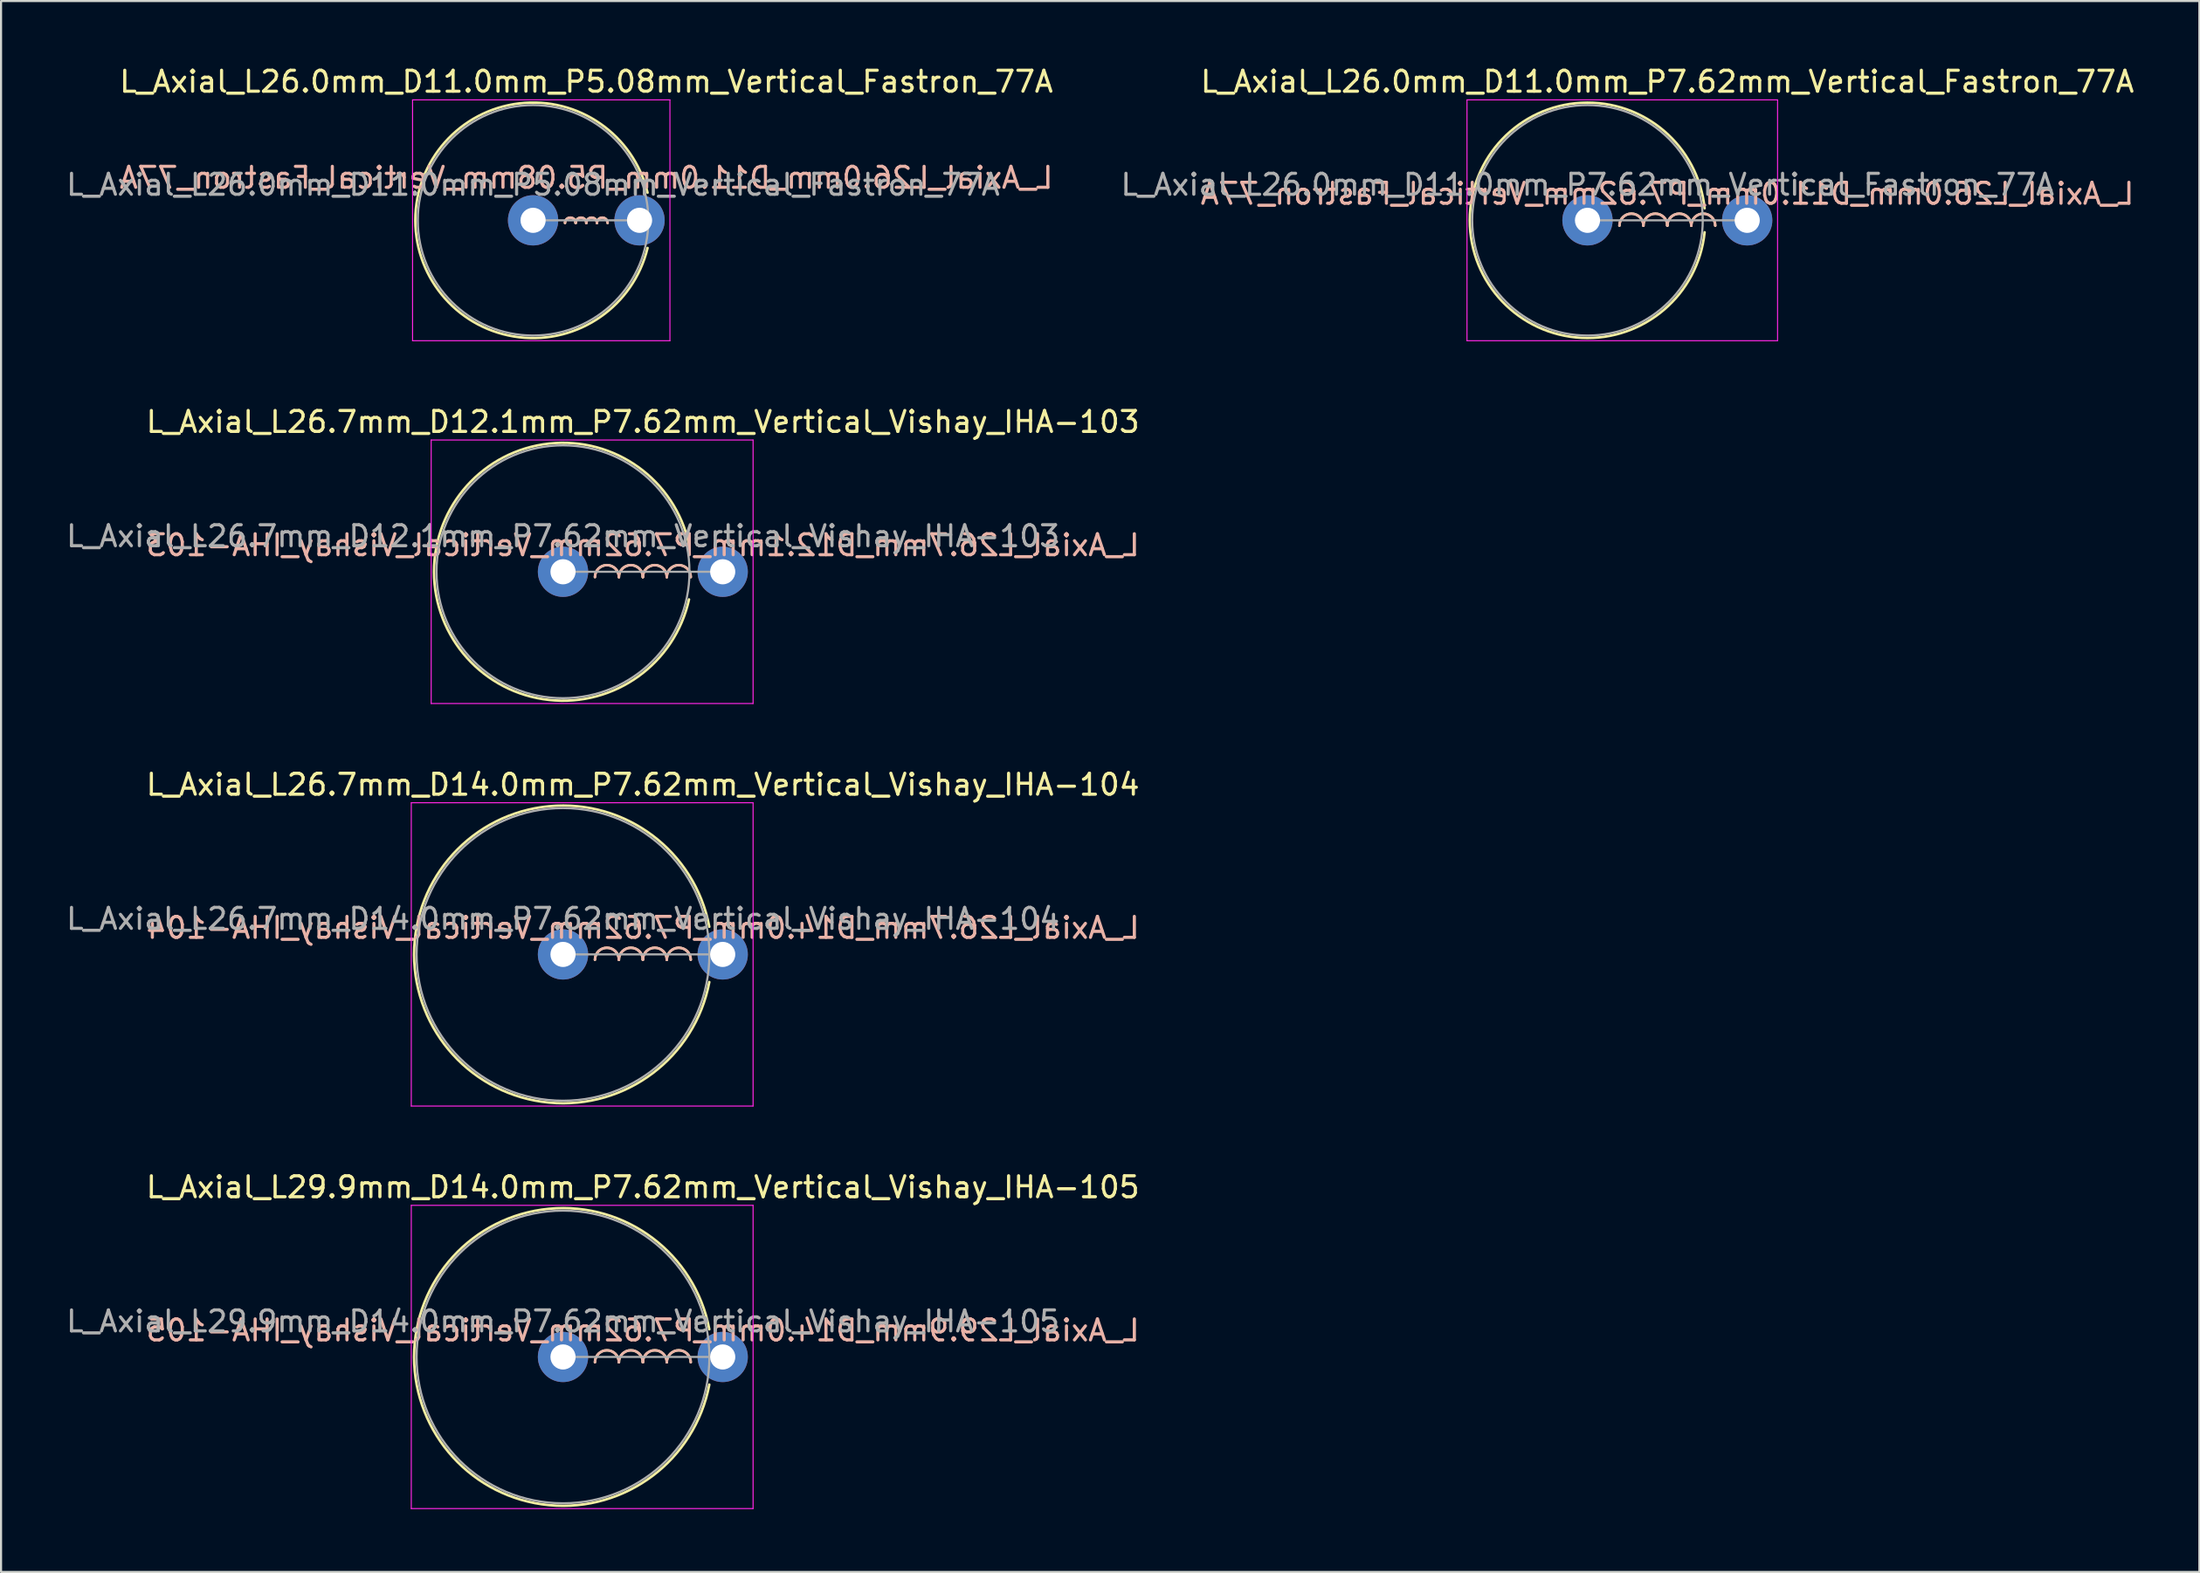
<source format=kicad_pcb>
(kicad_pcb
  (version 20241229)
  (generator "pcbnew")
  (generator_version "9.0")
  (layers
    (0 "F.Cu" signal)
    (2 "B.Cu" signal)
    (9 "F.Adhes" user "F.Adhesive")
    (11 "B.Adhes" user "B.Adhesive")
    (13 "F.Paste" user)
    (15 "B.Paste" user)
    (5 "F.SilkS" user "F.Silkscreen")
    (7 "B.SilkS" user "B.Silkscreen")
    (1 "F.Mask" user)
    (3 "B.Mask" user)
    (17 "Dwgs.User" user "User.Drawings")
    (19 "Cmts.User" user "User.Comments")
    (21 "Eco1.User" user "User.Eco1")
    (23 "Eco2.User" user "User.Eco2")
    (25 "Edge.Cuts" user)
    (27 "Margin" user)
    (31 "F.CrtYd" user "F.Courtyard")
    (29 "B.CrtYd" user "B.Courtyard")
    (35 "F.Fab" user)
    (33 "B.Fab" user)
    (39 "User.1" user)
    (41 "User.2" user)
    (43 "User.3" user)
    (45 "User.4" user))
  (footprint "L_Axial_L26.7mm_D12.1mm_P7.62mm_Vertical_Vishay_IHA-103"
    (layer "F.Cu")
    (at 23.815 24.247)
    (property "Reference" "L_Axial_L26.7mm_D12.1mm_P7.62mm_Vertical_Vishay_IHA-103" (at 3.81 -7.155 0) (layer "F.SilkS") (effects (font (size 1 1) (thickness 0.15))))
    (fp_arc (start 1.524 0.254) (mid 2.0955 -0.3175) (end 2.667 0.254) (stroke (width 0.12) (type solid)) (layer "F.SilkS"))
    (fp_arc (start 2.667 0.254) (mid 3.2385 -0.3175) (end 3.81 0.254) (stroke (width 0.12) (type solid)) (layer "F.SilkS"))
    (fp_arc (start 3.81 0.254) (mid 4.3815 -0.3175) (end 4.953 0.254) (stroke (width 0.12) (type solid)) (layer "F.SilkS"))
    (fp_arc (start 4.953 0.254) (mid 5.5245 -0.3175) (end 6.096 0.254) (stroke (width 0.12) (type solid)) (layer "F.SilkS"))
    (fp_arc (start 6.01179 1.32) (mid -6.155 0) (end 6.01179 -1.32) (stroke (width 0.12) (type solid)) (layer "F.SilkS"))
    (fp_arc (start 1.524 0.254) (mid 2.0955 -0.3175) (end 2.667 0.254) (stroke (width 0.12) (type solid)) (layer "B.SilkS"))
    (fp_arc (start 2.667 0.254) (mid 3.2385 -0.3175) (end 3.81 0.254) (stroke (width 0.12) (type solid)) (layer "B.SilkS"))
    (fp_arc (start 3.81 0.254) (mid 4.3815 -0.3175) (end 4.953 0.254) (stroke (width 0.12) (type solid)) (layer "B.SilkS"))
    (fp_arc (start 4.953 0.254) (mid 5.5245 -0.3175) (end 6.096 0.254) (stroke (width 0.12) (type solid)) (layer "B.SilkS"))
    (fp_line (start -6.29 -6.29) (end -6.29 6.29) (stroke (width 0.05) (type solid)) (layer "F.CrtYd"))
    (fp_line (start -6.29 6.29) (end 9.07 6.29) (stroke (width 0.05) (type solid)) (layer "F.CrtYd"))
    (fp_line (start 9.07 -6.29) (end -6.29 -6.29) (stroke (width 0.05) (type solid)) (layer "F.CrtYd"))
    (fp_line (start 9.07 6.29) (end 9.07 -6.29) (stroke (width 0.05) (type solid)) (layer "F.CrtYd"))
    (fp_line (start 0 0) (end 7.62 0) (stroke (width 0.1) (type solid)) (layer "F.Fab"))
    (fp_circle (center 0 0) (end 6.035 0) (stroke (width 0.1) (type solid)) (fill no) (layer "F.Fab"))
    (fp_text user "${REFERENCE}" (at 3.81 -1.27 0) (layer "B.SilkS") (effects (font (size 1 1) (thickness 0.15)) (justify mirror)))
    (fp_text user "${REFERENCE}" (at 0 -1.7 0) (layer "F.Fab") (effects (font (size 1 1) (thickness 0.15))))
    (pad "1" thru_hole circle (at 0 0) (size 2.4 2.4) (drill 1.2) (layers "*.Cu" "*.Mask"))
    (pad "2" thru_hole oval (at 7.62 0) (size 2.4 2.4) (drill 1.2) (layers "*.Cu" "*.Mask")))
  (footprint "L_Axial_L26.0mm_D11.0mm_P7.62mm_Vertical_Fastron_77A"
    (layer "F.Cu")
    (at 72.701 7.468)
    (property "Reference" "L_Axial_L26.0mm_D11.0mm_P7.62mm_Vertical_Fastron_77A" (at 3.81 -6.62 0) (layer "F.SilkS") (effects (font (size 1 1) (thickness 0.15))))
    (fp_arc (start 1.524 0.254) (mid 2.0955 -0.3175) (end 2.667 0.254) (stroke (width 0.12) (type solid)) (layer "F.SilkS"))
    (fp_arc (start 2.667 0.254) (mid 3.2385 -0.3175) (end 3.81 0.254) (stroke (width 0.12) (type solid)) (layer "F.SilkS"))
    (fp_arc (start 3.81 0.254) (mid 4.3815 -0.3175) (end 4.953 0.254) (stroke (width 0.12) (type solid)) (layer "F.SilkS"))
    (fp_arc (start 4.953 0.254) (mid 5.5245 -0.3175) (end 6.096 0.254) (stroke (width 0.12) (type solid)) (layer "F.SilkS"))
    (fp_arc (start 5.588 0.5715) (mid -5.617148 0) (end 5.588 -0.5715) (stroke (width 0.12) (type solid)) (layer "F.SilkS"))
    (fp_arc (start 1.524 0.254) (mid 2.0955 -0.3175) (end 2.667 0.254) (stroke (width 0.12) (type solid)) (layer "B.SilkS"))
    (fp_arc (start 2.667 0.254) (mid 3.2385 -0.3175) (end 3.81 0.254) (stroke (width 0.12) (type solid)) (layer "B.SilkS"))
    (fp_arc (start 3.81 0.254) (mid 4.3815 -0.3175) (end 4.953 0.254) (stroke (width 0.12) (type solid)) (layer "B.SilkS"))
    (fp_arc (start 4.953 0.254) (mid 5.5245 -0.3175) (end 6.096 0.254) (stroke (width 0.12) (type solid)) (layer "B.SilkS"))
    (fp_line (start -5.75 -5.75) (end -5.75 5.75) (stroke (width 0.05) (type solid)) (layer "F.CrtYd"))
    (fp_line (start -5.75 5.75) (end 9.07 5.75) (stroke (width 0.05) (type solid)) (layer "F.CrtYd"))
    (fp_line (start 9.07 -5.75) (end -5.75 -5.75) (stroke (width 0.05) (type solid)) (layer "F.CrtYd"))
    (fp_line (start 9.07 5.75) (end 9.07 -5.75) (stroke (width 0.05) (type solid)) (layer "F.CrtYd"))
    (fp_line (start 0 0) (end 7.62 0) (stroke (width 0.1) (type solid)) (layer "F.Fab"))
    (fp_circle (center 0 0) (end 5.5 0) (stroke (width 0.1) (type solid)) (fill no) (layer "F.Fab"))
    (fp_text user "${REFERENCE}" (at 3.81 -1.27 0) (layer "B.SilkS") (effects (font (size 1 1) (thickness 0.15)) (justify mirror)))
    (fp_text user "${REFERENCE}" (at 0 -1.7 0) (layer "F.Fab") (effects (font (size 1 1) (thickness 0.15))))
    (pad "1" thru_hole circle (at 0 0) (size 2.4 2.4) (drill 1.2) (layers "*.Cu" "*.Mask"))
    (pad "2" thru_hole oval (at 7.62 0) (size 2.4 2.4) (drill 1.2) (layers "*.Cu" "*.Mask")))
  (footprint "L_Axial_L26.7mm_D14.0mm_P7.62mm_Vertical_Vishay_IHA-104"
    (layer "F.Cu")
    (at 23.815 42.515)
    (property "Reference" "L_Axial_L26.7mm_D14.0mm_P7.62mm_Vertical_Vishay_IHA-104" (at 3.81 -8.105 0) (layer "F.SilkS") (effects (font (size 1 1) (thickness 0.15))))
    (fp_arc (start 1.524 0.254) (mid 2.0955 -0.3175) (end 2.667 0.254) (stroke (width 0.12) (type solid)) (layer "F.SilkS"))
    (fp_arc (start 2.667 0.254) (mid 3.2385 -0.3175) (end 3.81 0.254) (stroke (width 0.12) (type solid)) (layer "F.SilkS"))
    (fp_arc (start 3.81 0.254) (mid 4.3815 -0.3175) (end 4.953 0.254) (stroke (width 0.12) (type solid)) (layer "F.SilkS"))
    (fp_arc (start 4.953 0.254) (mid 5.5245 -0.3175) (end 6.096 0.254) (stroke (width 0.12) (type solid)) (layer "F.SilkS"))
    (fp_arc (start 6.981305 1.32) (mid -7.105 0) (end 6.981305 -1.32) (stroke (width 0.12) (type solid)) (layer "F.SilkS"))
    (fp_arc (start 1.524 0.254) (mid 2.0955 -0.3175) (end 2.667 0.254) (stroke (width 0.12) (type solid)) (layer "B.SilkS"))
    (fp_arc (start 2.667 0.254) (mid 3.2385 -0.3175) (end 3.81 0.254) (stroke (width 0.12) (type solid)) (layer "B.SilkS"))
    (fp_arc (start 3.81 0.254) (mid 4.3815 -0.3175) (end 4.953 0.254) (stroke (width 0.12) (type solid)) (layer "B.SilkS"))
    (fp_arc (start 4.953 0.254) (mid 5.5245 -0.3175) (end 6.096 0.254) (stroke (width 0.12) (type solid)) (layer "B.SilkS"))
    (fp_line (start -7.24 -7.24) (end -7.24 7.24) (stroke (width 0.05) (type solid)) (layer "F.CrtYd"))
    (fp_line (start -7.24 7.24) (end 9.07 7.24) (stroke (width 0.05) (type solid)) (layer "F.CrtYd"))
    (fp_line (start 9.07 -7.24) (end -7.24 -7.24) (stroke (width 0.05) (type solid)) (layer "F.CrtYd"))
    (fp_line (start 9.07 7.24) (end 9.07 -7.24) (stroke (width 0.05) (type solid)) (layer "F.CrtYd"))
    (fp_line (start 0 0) (end 7.62 0) (stroke (width 0.1) (type solid)) (layer "F.Fab"))
    (fp_circle (center 0 0) (end 6.985 0) (stroke (width 0.1) (type solid)) (fill no) (layer "F.Fab"))
    (fp_text user "${REFERENCE}" (at 3.81 -1.27 0) (layer "B.SilkS") (effects (font (size 1 1) (thickness 0.15)) (justify mirror)))
    (fp_text user "${REFERENCE}" (at 0 -1.7 0) (layer "F.Fab") (effects (font (size 1 1) (thickness 0.15))))
    (pad "1" thru_hole circle (at 0 0) (size 2.4 2.4) (drill 1.2) (layers "*.Cu" "*.Mask"))
    (pad "2" thru_hole oval (at 7.62 0) (size 2.4 2.4) (drill 1.2) (layers "*.Cu" "*.Mask")))
  (footprint "L_Axial_L29.9mm_D14.0mm_P7.62mm_Vertical_Vishay_IHA-105"
    (layer "F.Cu")
    (at 23.815 61.733)
    (property "Reference" "L_Axial_L29.9mm_D14.0mm_P7.62mm_Vertical_Vishay_IHA-105" (at 3.81 -8.105 0) (layer "F.SilkS") (effects (font (size 1 1) (thickness 0.15))))
    (fp_arc (start 1.524 0.254) (mid 2.0955 -0.3175) (end 2.667 0.254) (stroke (width 0.12) (type solid)) (layer "F.SilkS"))
    (fp_arc (start 2.667 0.254) (mid 3.2385 -0.3175) (end 3.81 0.254) (stroke (width 0.12) (type solid)) (layer "F.SilkS"))
    (fp_arc (start 3.81 0.254) (mid 4.3815 -0.3175) (end 4.953 0.254) (stroke (width 0.12) (type solid)) (layer "F.SilkS"))
    (fp_arc (start 4.953 0.254) (mid 5.5245 -0.3175) (end 6.096 0.254) (stroke (width 0.12) (type solid)) (layer "F.SilkS"))
    (fp_arc (start 6.981305 1.32) (mid -7.105 0) (end 6.981305 -1.32) (stroke (width 0.12) (type solid)) (layer "F.SilkS"))
    (fp_arc (start 1.524 0.254) (mid 2.0955 -0.3175) (end 2.667 0.254) (stroke (width 0.12) (type solid)) (layer "B.SilkS"))
    (fp_arc (start 2.667 0.254) (mid 3.2385 -0.3175) (end 3.81 0.254) (stroke (width 0.12) (type solid)) (layer "B.SilkS"))
    (fp_arc (start 3.81 0.254) (mid 4.3815 -0.3175) (end 4.953 0.254) (stroke (width 0.12) (type solid)) (layer "B.SilkS"))
    (fp_arc (start 4.953 0.254) (mid 5.5245 -0.3175) (end 6.096 0.254) (stroke (width 0.12) (type solid)) (layer "B.SilkS"))
    (fp_line (start -7.24 -7.24) (end -7.24 7.24) (stroke (width 0.05) (type solid)) (layer "F.CrtYd"))
    (fp_line (start -7.24 7.24) (end 9.07 7.24) (stroke (width 0.05) (type solid)) (layer "F.CrtYd"))
    (fp_line (start 9.07 -7.24) (end -7.24 -7.24) (stroke (width 0.05) (type solid)) (layer "F.CrtYd"))
    (fp_line (start 9.07 7.24) (end 9.07 -7.24) (stroke (width 0.05) (type solid)) (layer "F.CrtYd"))
    (fp_line (start 0 0) (end 7.62 0) (stroke (width 0.1) (type solid)) (layer "F.Fab"))
    (fp_circle (center 0 0) (end 6.985 0) (stroke (width 0.1) (type solid)) (fill no) (layer "F.Fab"))
    (fp_text user "${REFERENCE}" (at 3.81 -1.27 0) (layer "B.SilkS") (effects (font (size 1 1) (thickness 0.15)) (justify mirror)))
    (fp_text user "${REFERENCE}" (at 0 -1.7 0) (layer "F.Fab") (effects (font (size 1 1) (thickness 0.15))))
    (pad "1" thru_hole circle (at 0 0) (size 2.4 2.4) (drill 1.2) (layers "*.Cu" "*.Mask"))
    (pad "2" thru_hole oval (at 7.62 0) (size 2.4 2.4) (drill 1.2) (layers "*.Cu" "*.Mask")))
  (footprint "L_Axial_L26.0mm_D11.0mm_P5.08mm_Vertical_Fastron_77A"
    (layer "F.Cu")
    (at 22.387 7.468)
    (property "Reference" "L_Axial_L26.0mm_D11.0mm_P5.08mm_Vertical_Fastron_77A" (at 2.54 -6.62 0) (layer "F.SilkS") (effects (font (size 1 1) (thickness 0.15))))
    (fp_arc (start 1.524 0.127) (mid 1.778 -0.127) (end 2.032 0.127) (stroke (width 0.12) (type solid)) (layer "F.SilkS"))
    (fp_arc (start 2.032 0.127) (mid 2.286 -0.127) (end 2.54 0.127) (stroke (width 0.12) (type solid)) (layer "F.SilkS"))
    (fp_arc (start 2.54 0.127) (mid 2.794 -0.127) (end 3.048 0.127) (stroke (width 0.12) (type solid)) (layer "F.SilkS"))
    (fp_arc (start 3.048 0.127) (mid 3.302 -0.127) (end 3.556 0.127) (stroke (width 0.12) (type solid)) (layer "F.SilkS"))
    (fp_arc (start 5.462783 1.32) (mid -5.62 0) (end 5.462783 -1.32) (stroke (width 0.12) (type solid)) (layer "F.SilkS"))
    (fp_arc (start 1.524 0.127) (mid 1.778 -0.127) (end 2.032 0.127) (stroke (width 0.12) (type solid)) (layer "B.SilkS"))
    (fp_arc (start 2.032 0.127) (mid 2.286 -0.127) (end 2.54 0.127) (stroke (width 0.12) (type solid)) (layer "B.SilkS"))
    (fp_arc (start 2.54 0.127) (mid 2.794 -0.127) (end 3.048 0.127) (stroke (width 0.12) (type solid)) (layer "B.SilkS"))
    (fp_arc (start 3.048 0.127) (mid 3.302 -0.127) (end 3.556 0.127) (stroke (width 0.12) (type solid)) (layer "B.SilkS"))
    (fp_line (start -5.75 -5.75) (end -5.75 5.75) (stroke (width 0.05) (type solid)) (layer "F.CrtYd"))
    (fp_line (start -5.75 5.75) (end 6.53 5.75) (stroke (width 0.05) (type solid)) (layer "F.CrtYd"))
    (fp_line (start 6.53 -5.75) (end -5.75 -5.75) (stroke (width 0.05) (type solid)) (layer "F.CrtYd"))
    (fp_line (start 6.53 5.75) (end 6.53 -5.75) (stroke (width 0.05) (type solid)) (layer "F.CrtYd"))
    (fp_line (start 0 0) (end 5.08 0) (stroke (width 0.1) (type solid)) (layer "F.Fab"))
    (fp_circle (center 0 0) (end 5.5 0) (stroke (width 0.1) (type solid)) (fill no) (layer "F.Fab"))
    (fp_text user "${REFERENCE}" (at 2.54 -2.032 0) (layer "B.SilkS") (effects (font (size 1 1) (thickness 0.15)) (justify mirror)))
    (fp_text user "${REFERENCE}" (at 0 -1.7 0) (layer "F.Fab") (effects (font (size 1 1) (thickness 0.15))))
    (pad "1" thru_hole circle (at 0 0) (size 2.4 2.4) (drill 1.2) (layers "*.Cu" "*.Mask"))
    (pad "2" thru_hole oval (at 5.08 0) (size 2.4 2.4) (drill 1.2) (layers "*.Cu" "*.Mask")))
  (gr_rect
    (start -3 -3)
    (end 101.898 71.998)
    (stroke (width 0.1) (type default))
    (fill no)
    (layer "Edge.Cuts")))
</source>
